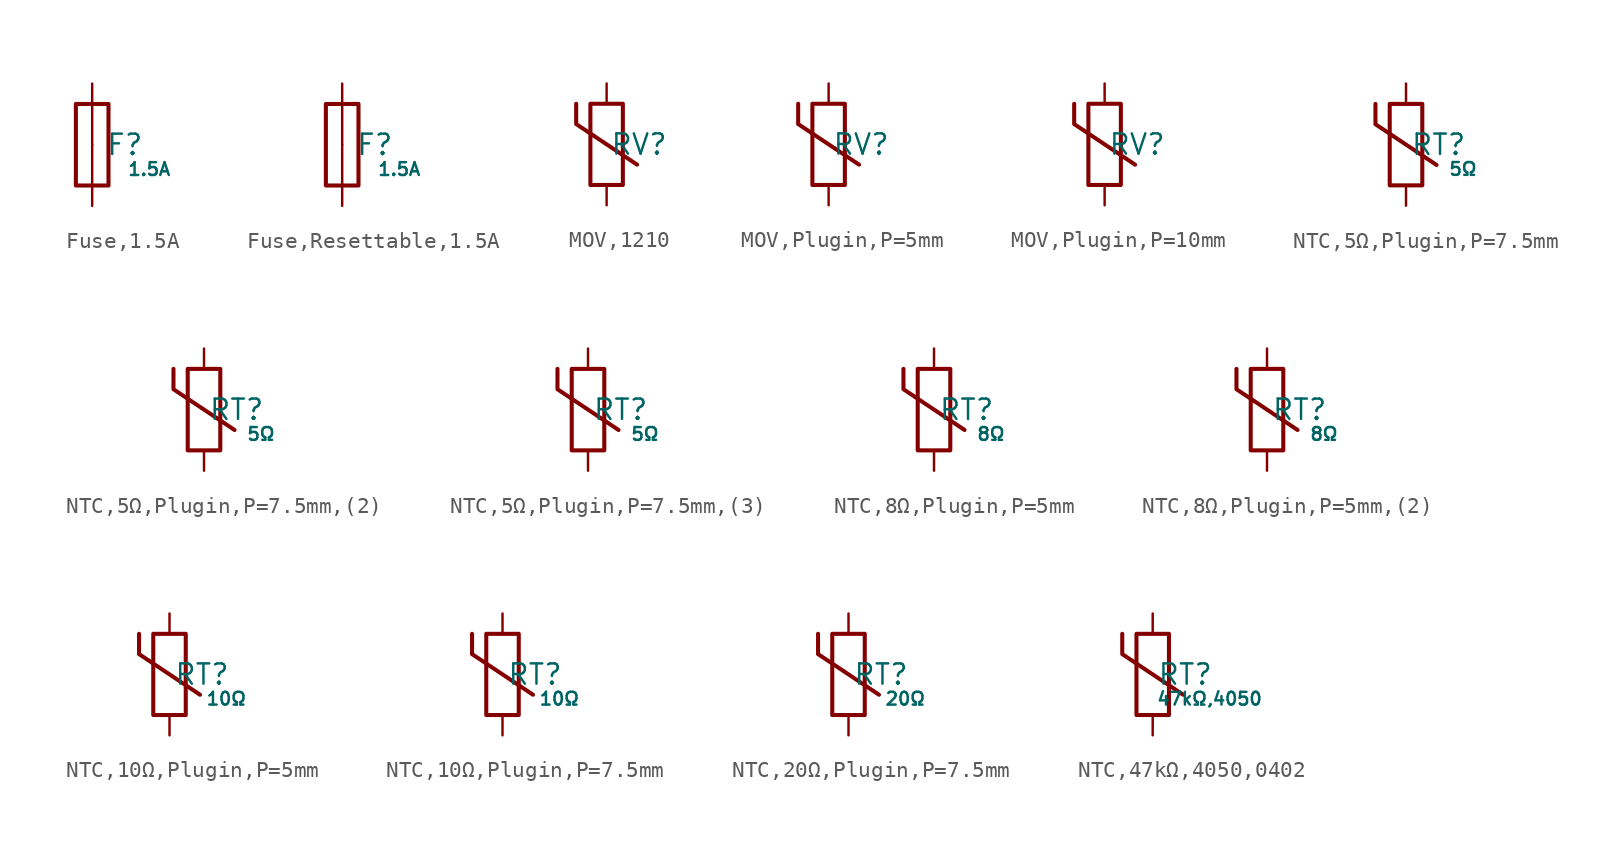
<source format=kicad_sym>
(kicad_symbol_lib
  (version 20231120)
  (generator "CDFER")
  (generator_version "8.0")
  (symbol "Fuse,1.5A"
    (pin_numbers hide)
    (pin_names
      (offset 0))
    (property "Reference" "F"
      (at 2.032 0 0)
      (effects (font (size 1.27 1.27)) (hide no)))
    (property "Value" "1.5A"
      (at 3.556 -1.524 0)
      (effects (font (size 0.8 0.8)) (hide no)))
    (symbol "Fuse,1.5A_0_1"
      (rectangle (start -1.016 2.54) (end 1.016 -2.54) (stroke (width 0.254) (type default)) (fill (type none))))
    (symbol "Fuse,1.5A_1_1"
      (pin passive line (at 0 3.81 270) (length 3.81) (name "~" (effects (font (size 1.27 1.27)))) (number "1" (effects (font (size 1.27 1.27)))))
      (pin passive line (at 0 -3.81 90) (length 3.81) (name "~" (effects (font (size 1.27 1.27)))) (number "2" (effects (font (size 1.27 1.27)))))))
  (symbol "Fuse,Resettable,1.5A"
    (pin_numbers hide)
    (pin_names
      (offset 0))
    (property "Reference" "F"
      (at 2.032 0 0)
      (effects (font (size 1.27 1.27)) (hide no)))
    (property "Value" "1.5A"
      (at 3.556 -1.524 0)
      (effects (font (size 0.8 0.8)) (hide no)))
    (symbol "Fuse,Resettable,1.5A_0_1"
      (rectangle (start -1.016 2.54) (end 1.016 -2.54) (stroke (width 0.254) (type default)) (fill (type none))))
    (symbol "Fuse,Resettable,1.5A_1_1"
      (pin passive line (at 0 3.81 270) (length 3.81) (name "~" (effects (font (size 1.27 1.27)))) (number "1" (effects (font (size 1.27 1.27)))))
      (pin passive line (at 0 -3.81 90) (length 3.81) (name "~" (effects (font (size 1.27 1.27)))) (number "2" (effects (font (size 1.27 1.27)))))))
  (symbol "MOV,1210"
    (pin_numbers hide)
    (pin_names
      (offset 0))
    (property "Reference" "RV"
      (at 2.032 0 0)
      (effects (font (size 1.27 1.27)) (hide no)))
    (property "Value" ""
      (at 3.556 -1.524 0)
      (effects (font (size 0.8 0.8)) (hide no)))
    (symbol "MOV,1210_0_1"
      (rectangle (start -1.016 2.54) (end 1.016 -2.54) (stroke (width 0.254) (type default)) (fill (type none))))
    (symbol "MOV,1210_0_1"
      (polyline (pts (xy -1.905 2.54) (xy -1.905 1.27) (xy 1.905 -1.27)) (stroke (width 0.254) (type default)) (fill (type none))))
    (symbol "MOV,1210_1_1"
      (pin passive line (at 0 3.81 270) (length 1.27) (name "~" (effects (font (size 1.27 1.27)))) (number "1" (effects (font (size 1.27 1.27)))))
      (pin passive line (at 0 -3.81 90) (length 1.27) (name "~" (effects (font (size 1.27 1.27)))) (number "2" (effects (font (size 1.27 1.27)))))))
  (symbol "MOV,Plugin,P=5mm"
    (pin_numbers hide)
    (pin_names
      (offset 0))
    (property "Reference" "RV"
      (at 2.032 0 0)
      (effects (font (size 1.27 1.27)) (hide no)))
    (property "Value" ""
      (at 3.556 -1.524 0)
      (effects (font (size 0.8 0.8)) (hide no)))
    (symbol "MOV,Plugin,P=5mm_0_1"
      (rectangle (start -1.016 2.54) (end 1.016 -2.54) (stroke (width 0.254) (type default)) (fill (type none))))
    (symbol "MOV,Plugin,P=5mm_0_1"
      (polyline (pts (xy -1.905 2.54) (xy -1.905 1.27) (xy 1.905 -1.27)) (stroke (width 0.254) (type default)) (fill (type none))))
    (symbol "MOV,Plugin,P=5mm_1_1"
      (pin passive line (at 0 3.81 270) (length 1.27) (name "~" (effects (font (size 1.27 1.27)))) (number "1" (effects (font (size 1.27 1.27)))))
      (pin passive line (at 0 -3.81 90) (length 1.27) (name "~" (effects (font (size 1.27 1.27)))) (number "2" (effects (font (size 1.27 1.27)))))))
  (symbol "MOV,Plugin,P=10mm"
    (pin_numbers hide)
    (pin_names
      (offset 0))
    (property "Reference" "RV"
      (at 2.032 0 0)
      (effects (font (size 1.27 1.27)) (hide no)))
    (property "Value" ""
      (at 3.556 -1.524 0)
      (effects (font (size 0.8 0.8)) (hide no)))
    (symbol "MOV,Plugin,P=10mm_0_1"
      (rectangle (start -1.016 2.54) (end 1.016 -2.54) (stroke (width 0.254) (type default)) (fill (type none))))
    (symbol "MOV,Plugin,P=10mm_0_1"
      (polyline (pts (xy -1.905 2.54) (xy -1.905 1.27) (xy 1.905 -1.27)) (stroke (width 0.254) (type default)) (fill (type none))))
    (symbol "MOV,Plugin,P=10mm_1_1"
      (pin passive line (at 0 3.81 270) (length 1.27) (name "~" (effects (font (size 1.27 1.27)))) (number "1" (effects (font (size 1.27 1.27)))))
      (pin passive line (at 0 -3.81 90) (length 1.27) (name "~" (effects (font (size 1.27 1.27)))) (number "2" (effects (font (size 1.27 1.27)))))))
  (symbol "NTC,5Ω,Plugin,P=7.5mm"
    (pin_numbers hide)
    (pin_names
      (offset 0))
    (property "Reference" "RT"
      (at 2.032 0 0)
      (effects (font (size 1.27 1.27)) (hide no)))
    (property "Value" "5Ω"
      (at 3.556 -1.524 0)
      (effects (font (size 0.8 0.8)) (hide no)))
    (symbol "NTC,5Ω,Plugin,P=7.5mm_0_1"
      (rectangle (start -1.016 2.54) (end 1.016 -2.54) (stroke (width 0.254) (type default)) (fill (type none))))
    (symbol "NTC,5Ω,Plugin,P=7.5mm_0_1"
      (polyline (pts (xy -1.905 2.54) (xy -1.905 1.27) (xy 1.905 -1.27)) (stroke (width 0.254) (type default)) (fill (type none))))
    (symbol "NTC,5Ω,Plugin,P=7.5mm_1_1"
      (pin passive line (at 0 3.81 270) (length 1.27) (name "~" (effects (font (size 1.27 1.27)))) (number "1" (effects (font (size 1.27 1.27)))))
      (pin passive line (at 0 -3.81 90) (length 1.27) (name "~" (effects (font (size 1.27 1.27)))) (number "2" (effects (font (size 1.27 1.27)))))))
  (symbol "NTC,5Ω,Plugin,P=7.5mm,(2)"
    (pin_numbers hide)
    (pin_names
      (offset 0))
    (property "Reference" "RT"
      (at 2.032 0 0)
      (effects (font (size 1.27 1.27)) (hide no)))
    (property "Value" "5Ω"
      (at 3.556 -1.524 0)
      (effects (font (size 0.8 0.8)) (hide no)))
    (symbol "NTC,5Ω,Plugin,P=7.5mm,(2)_0_1"
      (rectangle (start -1.016 2.54) (end 1.016 -2.54) (stroke (width 0.254) (type default)) (fill (type none))))
    (symbol "NTC,5Ω,Plugin,P=7.5mm,(2)_0_1"
      (polyline (pts (xy -1.905 2.54) (xy -1.905 1.27) (xy 1.905 -1.27)) (stroke (width 0.254) (type default)) (fill (type none))))
    (symbol "NTC,5Ω,Plugin,P=7.5mm,(2)_1_1"
      (pin passive line (at 0 3.81 270) (length 1.27) (name "~" (effects (font (size 1.27 1.27)))) (number "1" (effects (font (size 1.27 1.27)))))
      (pin passive line (at 0 -3.81 90) (length 1.27) (name "~" (effects (font (size 1.27 1.27)))) (number "2" (effects (font (size 1.27 1.27)))))))
  (symbol "NTC,5Ω,Plugin,P=7.5mm,(3)"
    (pin_numbers hide)
    (pin_names
      (offset 0))
    (property "Reference" "RT"
      (at 2.032 0 0)
      (effects (font (size 1.27 1.27)) (hide no)))
    (property "Value" "5Ω"
      (at 3.556 -1.524 0)
      (effects (font (size 0.8 0.8)) (hide no)))
    (symbol "NTC,5Ω,Plugin,P=7.5mm,(3)_0_1"
      (rectangle (start -1.016 2.54) (end 1.016 -2.54) (stroke (width 0.254) (type default)) (fill (type none))))
    (symbol "NTC,5Ω,Plugin,P=7.5mm,(3)_0_1"
      (polyline (pts (xy -1.905 2.54) (xy -1.905 1.27) (xy 1.905 -1.27)) (stroke (width 0.254) (type default)) (fill (type none))))
    (symbol "NTC,5Ω,Plugin,P=7.5mm,(3)_1_1"
      (pin passive line (at 0 3.81 270) (length 1.27) (name "~" (effects (font (size 1.27 1.27)))) (number "1" (effects (font (size 1.27 1.27)))))
      (pin passive line (at 0 -3.81 90) (length 1.27) (name "~" (effects (font (size 1.27 1.27)))) (number "2" (effects (font (size 1.27 1.27)))))))
  (symbol "NTC,8Ω,Plugin,P=5mm"
    (pin_numbers hide)
    (pin_names
      (offset 0))
    (property "Reference" "RT"
      (at 2.032 0 0)
      (effects (font (size 1.27 1.27)) (hide no)))
    (property "Value" "8Ω"
      (at 3.556 -1.524 0)
      (effects (font (size 0.8 0.8)) (hide no)))
    (symbol "NTC,8Ω,Plugin,P=5mm_0_1"
      (rectangle (start -1.016 2.54) (end 1.016 -2.54) (stroke (width 0.254) (type default)) (fill (type none))))
    (symbol "NTC,8Ω,Plugin,P=5mm_0_1"
      (polyline (pts (xy -1.905 2.54) (xy -1.905 1.27) (xy 1.905 -1.27)) (stroke (width 0.254) (type default)) (fill (type none))))
    (symbol "NTC,8Ω,Plugin,P=5mm_1_1"
      (pin passive line (at 0 3.81 270) (length 1.27) (name "~" (effects (font (size 1.27 1.27)))) (number "1" (effects (font (size 1.27 1.27)))))
      (pin passive line (at 0 -3.81 90) (length 1.27) (name "~" (effects (font (size 1.27 1.27)))) (number "2" (effects (font (size 1.27 1.27)))))))
  (symbol "NTC,8Ω,Plugin,P=5mm,(2)"
    (pin_numbers hide)
    (pin_names
      (offset 0))
    (property "Reference" "RT"
      (at 2.032 0 0)
      (effects (font (size 1.27 1.27)) (hide no)))
    (property "Value" "8Ω"
      (at 3.556 -1.524 0)
      (effects (font (size 0.8 0.8)) (hide no)))
    (symbol "NTC,8Ω,Plugin,P=5mm,(2)_0_1"
      (rectangle (start -1.016 2.54) (end 1.016 -2.54) (stroke (width 0.254) (type default)) (fill (type none))))
    (symbol "NTC,8Ω,Plugin,P=5mm,(2)_0_1"
      (polyline (pts (xy -1.905 2.54) (xy -1.905 1.27) (xy 1.905 -1.27)) (stroke (width 0.254) (type default)) (fill (type none))))
    (symbol "NTC,8Ω,Plugin,P=5mm,(2)_1_1"
      (pin passive line (at 0 3.81 270) (length 1.27) (name "~" (effects (font (size 1.27 1.27)))) (number "1" (effects (font (size 1.27 1.27)))))
      (pin passive line (at 0 -3.81 90) (length 1.27) (name "~" (effects (font (size 1.27 1.27)))) (number "2" (effects (font (size 1.27 1.27)))))))
  (symbol "NTC,10Ω,Plugin,P=5mm"
    (pin_numbers hide)
    (pin_names
      (offset 0))
    (property "Reference" "RT"
      (at 2.032 0 0)
      (effects (font (size 1.27 1.27)) (hide no)))
    (property "Value" "10Ω"
      (at 3.556 -1.524 0)
      (effects (font (size 0.8 0.8)) (hide no)))
    (symbol "NTC,10Ω,Plugin,P=5mm_0_1"
      (rectangle (start -1.016 2.54) (end 1.016 -2.54) (stroke (width 0.254) (type default)) (fill (type none))))
    (symbol "NTC,10Ω,Plugin,P=5mm_0_1"
      (polyline (pts (xy -1.905 2.54) (xy -1.905 1.27) (xy 1.905 -1.27)) (stroke (width 0.254) (type default)) (fill (type none))))
    (symbol "NTC,10Ω,Plugin,P=5mm_1_1"
      (pin passive line (at 0 3.81 270) (length 1.27) (name "~" (effects (font (size 1.27 1.27)))) (number "1" (effects (font (size 1.27 1.27)))))
      (pin passive line (at 0 -3.81 90) (length 1.27) (name "~" (effects (font (size 1.27 1.27)))) (number "2" (effects (font (size 1.27 1.27)))))))
  (symbol "NTC,10Ω,Plugin,P=7.5mm"
    (pin_numbers hide)
    (pin_names
      (offset 0))
    (property "Reference" "RT"
      (at 2.032 0 0)
      (effects (font (size 1.27 1.27)) (hide no)))
    (property "Value" "10Ω"
      (at 3.556 -1.524 0)
      (effects (font (size 0.8 0.8)) (hide no)))
    (symbol "NTC,10Ω,Plugin,P=7.5mm_0_1"
      (rectangle (start -1.016 2.54) (end 1.016 -2.54) (stroke (width 0.254) (type default)) (fill (type none))))
    (symbol "NTC,10Ω,Plugin,P=7.5mm_0_1"
      (polyline (pts (xy -1.905 2.54) (xy -1.905 1.27) (xy 1.905 -1.27)) (stroke (width 0.254) (type default)) (fill (type none))))
    (symbol "NTC,10Ω,Plugin,P=7.5mm_1_1"
      (pin passive line (at 0 3.81 270) (length 1.27) (name "~" (effects (font (size 1.27 1.27)))) (number "1" (effects (font (size 1.27 1.27)))))
      (pin passive line (at 0 -3.81 90) (length 1.27) (name "~" (effects (font (size 1.27 1.27)))) (number "2" (effects (font (size 1.27 1.27)))))))
  (symbol "NTC,20Ω,Plugin,P=7.5mm"
    (pin_numbers hide)
    (pin_names
      (offset 0))
    (property "Reference" "RT"
      (at 2.032 0 0)
      (effects (font (size 1.27 1.27)) (hide no)))
    (property "Value" "20Ω"
      (at 3.556 -1.524 0)
      (effects (font (size 0.8 0.8)) (hide no)))
    (symbol "NTC,20Ω,Plugin,P=7.5mm_0_1"
      (rectangle (start -1.016 2.54) (end 1.016 -2.54) (stroke (width 0.254) (type default)) (fill (type none))))
    (symbol "NTC,20Ω,Plugin,P=7.5mm_0_1"
      (polyline (pts (xy -1.905 2.54) (xy -1.905 1.27) (xy 1.905 -1.27)) (stroke (width 0.254) (type default)) (fill (type none))))
    (symbol "NTC,20Ω,Plugin,P=7.5mm_1_1"
      (pin passive line (at 0 3.81 270) (length 1.27) (name "~" (effects (font (size 1.27 1.27)))) (number "1" (effects (font (size 1.27 1.27)))))
      (pin passive line (at 0 -3.81 90) (length 1.27) (name "~" (effects (font (size 1.27 1.27)))) (number "2" (effects (font (size 1.27 1.27)))))))
  (symbol "NTC,47kΩ,4050,0402"
    (pin_numbers hide)
    (pin_names
      (offset 0))
    (property "Reference" "RT"
      (at 2.032 0 0)
      (effects (font (size 1.27 1.27)) (hide no)))
    (property "Value" "47kΩ,4050"
      (at 3.556 -1.524 0)
      (effects (font (size 0.8 0.8)) (hide no)))
    (symbol "NTC,47kΩ,4050,0402_0_1"
      (rectangle (start -1.016 2.54) (end 1.016 -2.54) (stroke (width 0.254) (type default)) (fill (type none))))
    (symbol "NTC,47kΩ,4050,0402_0_1"
      (polyline (pts (xy -1.905 2.54) (xy -1.905 1.27) (xy 1.905 -1.27)) (stroke (width 0.254) (type default)) (fill (type none))))
    (symbol "NTC,47kΩ,4050,0402_1_1"
      (pin passive line (at 0 3.81 270) (length 1.27) (name "~" (effects (font (size 1.27 1.27)))) (number "1" (effects (font (size 1.27 1.27)))))
      (pin passive line (at 0 -3.81 90) (length 1.27) (name "~" (effects (font (size 1.27 1.27)))) (number "2" (effects (font (size 1.27 1.27))))))))
</source>
